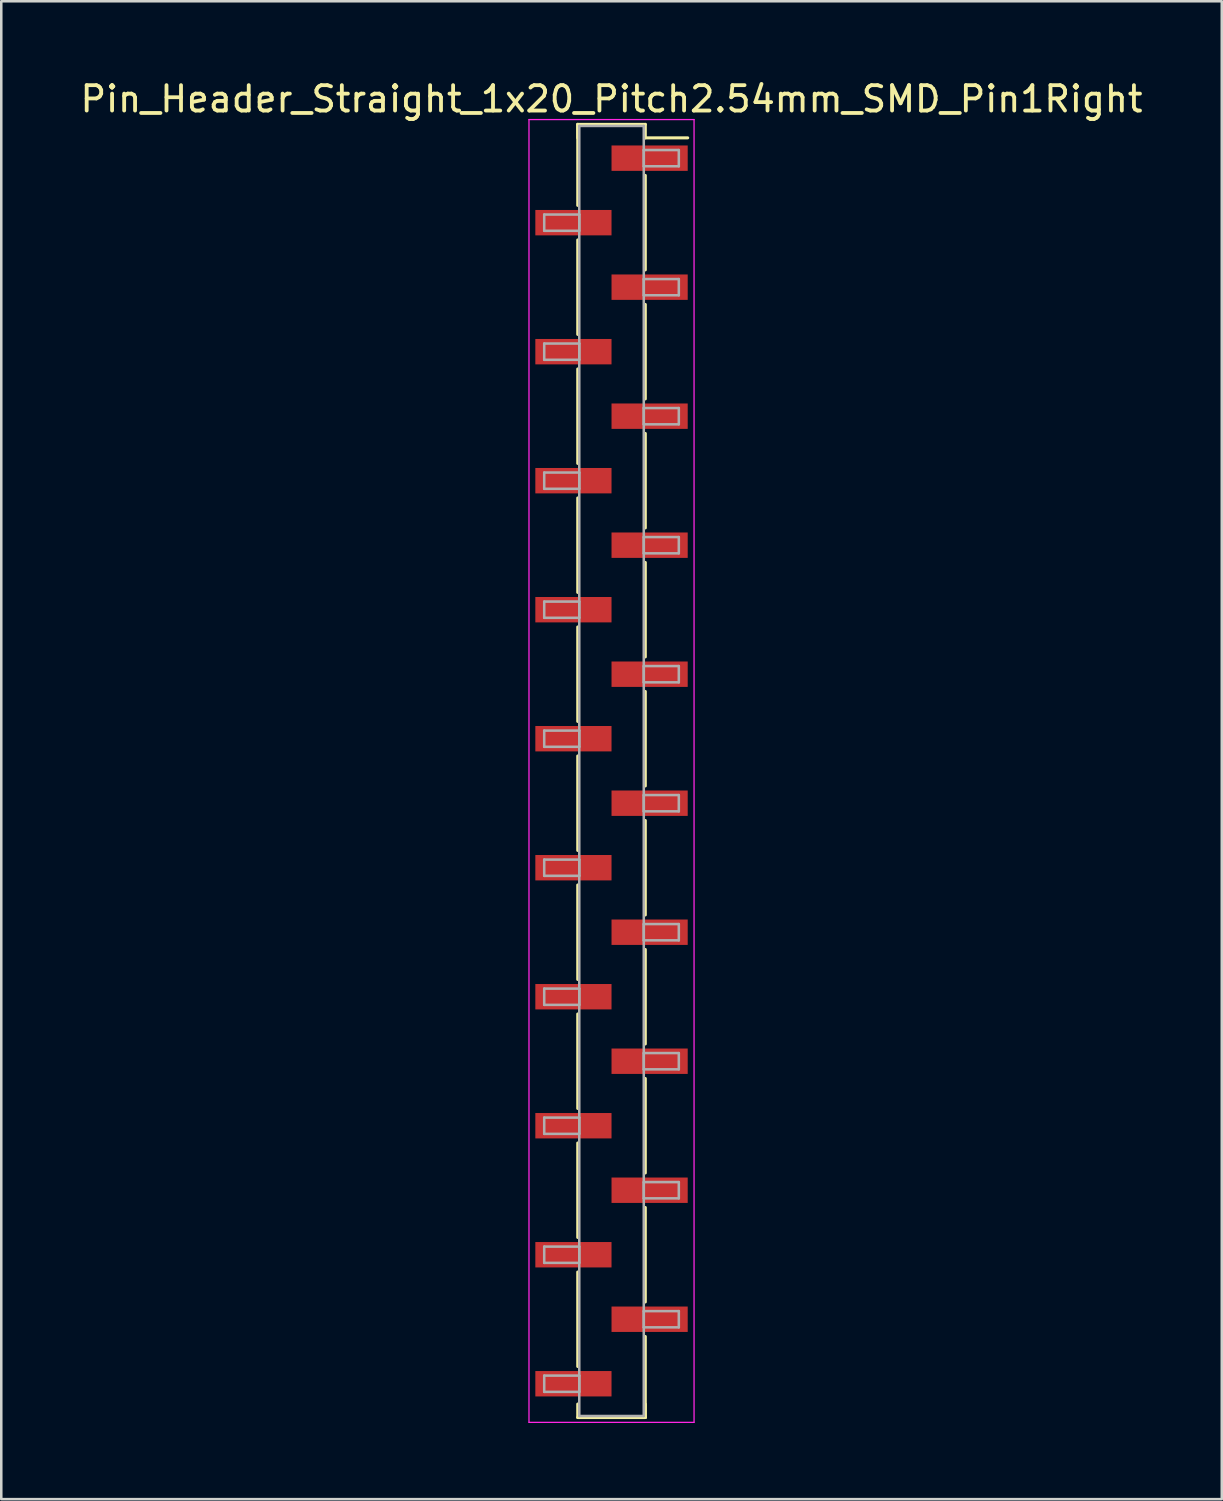
<source format=kicad_pcb>
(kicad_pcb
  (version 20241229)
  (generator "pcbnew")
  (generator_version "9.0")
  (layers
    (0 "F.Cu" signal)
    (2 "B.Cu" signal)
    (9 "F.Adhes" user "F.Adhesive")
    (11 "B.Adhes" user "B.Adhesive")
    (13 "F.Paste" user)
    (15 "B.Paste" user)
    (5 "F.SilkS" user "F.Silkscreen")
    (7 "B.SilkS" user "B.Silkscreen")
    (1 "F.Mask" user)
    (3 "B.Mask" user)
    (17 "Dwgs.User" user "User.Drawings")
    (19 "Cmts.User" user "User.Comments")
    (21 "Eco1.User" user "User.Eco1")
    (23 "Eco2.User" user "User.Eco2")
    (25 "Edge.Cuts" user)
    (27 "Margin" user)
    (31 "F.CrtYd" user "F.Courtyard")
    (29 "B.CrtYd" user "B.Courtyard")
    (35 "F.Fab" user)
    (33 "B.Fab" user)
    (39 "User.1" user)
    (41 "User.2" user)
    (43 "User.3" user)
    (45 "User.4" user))
  (footprint "Pin_Header_Straight_1x20_Pitch2.54mm_SMD_Pin1Right"
    (layer "F.Cu")
    (at 21.03 27.308)
    (property "Reference" "Pin_Header_Straight_1x20_Pitch2.54mm_SMD_Pin1Right" (at 0 -26.46 0) (layer "F.SilkS") (effects (font (size 1 1) (thickness 0.15))))
    (attr smd)
    (fp_line (start -1.33 -25.46) (end -1.33 -22.27) (stroke (width 0.12) (type solid)) (layer "F.SilkS"))
    (fp_line (start -1.33 -25.46) (end 1.33 -25.46) (stroke (width 0.12) (type solid)) (layer "F.SilkS"))
    (fp_line (start -1.33 -24.93) (end -1.33 -25.46) (stroke (width 0.12) (type solid)) (layer "F.SilkS"))
    (fp_line (start -1.33 -20.91) (end -1.33 -17.19) (stroke (width 0.12) (type solid)) (layer "F.SilkS"))
    (fp_line (start -1.33 -15.83) (end -1.33 -12.11) (stroke (width 0.12) (type solid)) (layer "F.SilkS"))
    (fp_line (start -1.33 -10.75) (end -1.33 -7.03) (stroke (width 0.12) (type solid)) (layer "F.SilkS"))
    (fp_line (start -1.33 -5.67) (end -1.33 -1.95) (stroke (width 0.12) (type solid)) (layer "F.SilkS"))
    (fp_line (start -1.33 -0.59) (end -1.33 3.13) (stroke (width 0.12) (type solid)) (layer "F.SilkS"))
    (fp_line (start -1.33 4.49) (end -1.33 8.21) (stroke (width 0.12) (type solid)) (layer "F.SilkS"))
    (fp_line (start -1.33 9.57) (end -1.33 13.29) (stroke (width 0.12) (type solid)) (layer "F.SilkS"))
    (fp_line (start -1.33 14.65) (end -1.33 18.37) (stroke (width 0.12) (type solid)) (layer "F.SilkS"))
    (fp_line (start -1.33 19.73) (end -1.33 23.45) (stroke (width 0.12) (type solid)) (layer "F.SilkS"))
    (fp_line (start -1.33 24.93) (end -1.33 25.46) (stroke (width 0.12) (type solid)) (layer "F.SilkS"))
    (fp_line (start -1.33 25.46) (end 1.33 25.46) (stroke (width 0.12) (type solid)) (layer "F.SilkS"))
    (fp_line (start 1.33 -25.46) (end 1.33 -24.93) (stroke (width 0.12) (type solid)) (layer "F.SilkS"))
    (fp_line (start 1.33 -24.93) (end 3 -24.93) (stroke (width 0.12) (type solid)) (layer "F.SilkS"))
    (fp_line (start 1.33 -23.45) (end 1.33 -19.73) (stroke (width 0.12) (type solid)) (layer "F.SilkS"))
    (fp_line (start 1.33 -18.37) (end 1.33 -14.65) (stroke (width 0.12) (type solid)) (layer "F.SilkS"))
    (fp_line (start 1.33 -13.29) (end 1.33 -9.57) (stroke (width 0.12) (type solid)) (layer "F.SilkS"))
    (fp_line (start 1.33 -8.21) (end 1.33 -4.49) (stroke (width 0.12) (type solid)) (layer "F.SilkS"))
    (fp_line (start 1.33 -3.13) (end 1.33 0.59) (stroke (width 0.12) (type solid)) (layer "F.SilkS"))
    (fp_line (start 1.33 1.95) (end 1.33 5.67) (stroke (width 0.12) (type solid)) (layer "F.SilkS"))
    (fp_line (start 1.33 7.03) (end 1.33 10.75) (stroke (width 0.12) (type solid)) (layer "F.SilkS"))
    (fp_line (start 1.33 12.11) (end 1.33 15.83) (stroke (width 0.12) (type solid)) (layer "F.SilkS"))
    (fp_line (start 1.33 17.19) (end 1.33 20.91) (stroke (width 0.12) (type solid)) (layer "F.SilkS"))
    (fp_line (start 1.33 22.27) (end 1.33 25.46) (stroke (width 0.12) (type solid)) (layer "F.SilkS"))
    (fp_line (start 1.33 25.46) (end 1.33 24.93) (stroke (width 0.12) (type solid)) (layer "F.SilkS"))
    (fp_line (start -3.25 -25.65) (end -3.25 25.65) (stroke (width 0.05) (type solid)) (layer "F.CrtYd"))
    (fp_line (start -3.25 25.65) (end 3.25 25.65) (stroke (width 0.05) (type solid)) (layer "F.CrtYd"))
    (fp_line (start 3.25 -25.65) (end -3.25 -25.65) (stroke (width 0.05) (type solid)) (layer "F.CrtYd"))
    (fp_line (start 3.25 25.65) (end 3.25 -25.65) (stroke (width 0.05) (type solid)) (layer "F.CrtYd"))
    (fp_line (start -2.65 -21.91) (end -1.27 -21.91) (stroke (width 0.1) (type solid)) (layer "F.Fab"))
    (fp_line (start -2.65 -21.27) (end -2.65 -21.91) (stroke (width 0.1) (type solid)) (layer "F.Fab"))
    (fp_line (start -2.65 -16.83) (end -1.27 -16.83) (stroke (width 0.1) (type solid)) (layer "F.Fab"))
    (fp_line (start -2.65 -16.19) (end -2.65 -16.83) (stroke (width 0.1) (type solid)) (layer "F.Fab"))
    (fp_line (start -2.65 -11.75) (end -1.27 -11.75) (stroke (width 0.1) (type solid)) (layer "F.Fab"))
    (fp_line (start -2.65 -11.11) (end -2.65 -11.75) (stroke (width 0.1) (type solid)) (layer "F.Fab"))
    (fp_line (start -2.65 -6.67) (end -1.27 -6.67) (stroke (width 0.1) (type solid)) (layer "F.Fab"))
    (fp_line (start -2.65 -6.03) (end -2.65 -6.67) (stroke (width 0.1) (type solid)) (layer "F.Fab"))
    (fp_line (start -2.65 -1.59) (end -1.27 -1.59) (stroke (width 0.1) (type solid)) (layer "F.Fab"))
    (fp_line (start -2.65 -0.95) (end -2.65 -1.59) (stroke (width 0.1) (type solid)) (layer "F.Fab"))
    (fp_line (start -2.65 3.49) (end -1.27 3.49) (stroke (width 0.1) (type solid)) (layer "F.Fab"))
    (fp_line (start -2.65 4.13) (end -2.65 3.49) (stroke (width 0.1) (type solid)) (layer "F.Fab"))
    (fp_line (start -2.65 8.57) (end -1.27 8.57) (stroke (width 0.1) (type solid)) (layer "F.Fab"))
    (fp_line (start -2.65 9.21) (end -2.65 8.57) (stroke (width 0.1) (type solid)) (layer "F.Fab"))
    (fp_line (start -2.65 13.65) (end -1.27 13.65) (stroke (width 0.1) (type solid)) (layer "F.Fab"))
    (fp_line (start -2.65 14.29) (end -2.65 13.65) (stroke (width 0.1) (type solid)) (layer "F.Fab"))
    (fp_line (start -2.65 18.73) (end -1.27 18.73) (stroke (width 0.1) (type solid)) (layer "F.Fab"))
    (fp_line (start -2.65 19.37) (end -2.65 18.73) (stroke (width 0.1) (type solid)) (layer "F.Fab"))
    (fp_line (start -2.65 23.81) (end -1.27 23.81) (stroke (width 0.1) (type solid)) (layer "F.Fab"))
    (fp_line (start -2.65 24.45) (end -2.65 23.81) (stroke (width 0.1) (type solid)) (layer "F.Fab"))
    (fp_line (start -1.27 -25.4) (end -1.27 25.4) (stroke (width 0.1) (type solid)) (layer "F.Fab"))
    (fp_line (start -1.27 -21.91) (end -1.27 -21.27) (stroke (width 0.1) (type solid)) (layer "F.Fab"))
    (fp_line (start -1.27 -21.27) (end -2.65 -21.27) (stroke (width 0.1) (type solid)) (layer "F.Fab"))
    (fp_line (start -1.27 -16.83) (end -1.27 -16.19) (stroke (width 0.1) (type solid)) (layer "F.Fab"))
    (fp_line (start -1.27 -16.19) (end -2.65 -16.19) (stroke (width 0.1) (type solid)) (layer "F.Fab"))
    (fp_line (start -1.27 -11.75) (end -1.27 -11.11) (stroke (width 0.1) (type solid)) (layer "F.Fab"))
    (fp_line (start -1.27 -11.11) (end -2.65 -11.11) (stroke (width 0.1) (type solid)) (layer "F.Fab"))
    (fp_line (start -1.27 -6.67) (end -1.27 -6.03) (stroke (width 0.1) (type solid)) (layer "F.Fab"))
    (fp_line (start -1.27 -6.03) (end -2.65 -6.03) (stroke (width 0.1) (type solid)) (layer "F.Fab"))
    (fp_line (start -1.27 -1.59) (end -1.27 -0.95) (stroke (width 0.1) (type solid)) (layer "F.Fab"))
    (fp_line (start -1.27 -0.95) (end -2.65 -0.95) (stroke (width 0.1) (type solid)) (layer "F.Fab"))
    (fp_line (start -1.27 3.49) (end -1.27 4.13) (stroke (width 0.1) (type solid)) (layer "F.Fab"))
    (fp_line (start -1.27 4.13) (end -2.65 4.13) (stroke (width 0.1) (type solid)) (layer "F.Fab"))
    (fp_line (start -1.27 8.57) (end -1.27 9.21) (stroke (width 0.1) (type solid)) (layer "F.Fab"))
    (fp_line (start -1.27 9.21) (end -2.65 9.21) (stroke (width 0.1) (type solid)) (layer "F.Fab"))
    (fp_line (start -1.27 13.65) (end -1.27 14.29) (stroke (width 0.1) (type solid)) (layer "F.Fab"))
    (fp_line (start -1.27 14.29) (end -2.65 14.29) (stroke (width 0.1) (type solid)) (layer "F.Fab"))
    (fp_line (start -1.27 18.73) (end -1.27 19.37) (stroke (width 0.1) (type solid)) (layer "F.Fab"))
    (fp_line (start -1.27 19.37) (end -2.65 19.37) (stroke (width 0.1) (type solid)) (layer "F.Fab"))
    (fp_line (start -1.27 23.81) (end -1.27 24.45) (stroke (width 0.1) (type solid)) (layer "F.Fab"))
    (fp_line (start -1.27 24.45) (end -2.65 24.45) (stroke (width 0.1) (type solid)) (layer "F.Fab"))
    (fp_line (start -1.27 25.4) (end 1.27 25.4) (stroke (width 0.1) (type solid)) (layer "F.Fab"))
    (fp_line (start 1.27 -25.4) (end -1.27 -25.4) (stroke (width 0.1) (type solid)) (layer "F.Fab"))
    (fp_line (start 1.27 -24.45) (end 1.27 -23.81) (stroke (width 0.1) (type solid)) (layer "F.Fab"))
    (fp_line (start 1.27 -23.81) (end 2.65 -23.81) (stroke (width 0.1) (type solid)) (layer "F.Fab"))
    (fp_line (start 1.27 -19.37) (end 1.27 -18.73) (stroke (width 0.1) (type solid)) (layer "F.Fab"))
    (fp_line (start 1.27 -18.73) (end 2.65 -18.73) (stroke (width 0.1) (type solid)) (layer "F.Fab"))
    (fp_line (start 1.27 -14.29) (end 1.27 -13.65) (stroke (width 0.1) (type solid)) (layer "F.Fab"))
    (fp_line (start 1.27 -13.65) (end 2.65 -13.65) (stroke (width 0.1) (type solid)) (layer "F.Fab"))
    (fp_line (start 1.27 -9.21) (end 1.27 -8.57) (stroke (width 0.1) (type solid)) (layer "F.Fab"))
    (fp_line (start 1.27 -8.57) (end 2.65 -8.57) (stroke (width 0.1) (type solid)) (layer "F.Fab"))
    (fp_line (start 1.27 -4.13) (end 1.27 -3.49) (stroke (width 0.1) (type solid)) (layer "F.Fab"))
    (fp_line (start 1.27 -3.49) (end 2.65 -3.49) (stroke (width 0.1) (type solid)) (layer "F.Fab"))
    (fp_line (start 1.27 0.95) (end 1.27 1.59) (stroke (width 0.1) (type solid)) (layer "F.Fab"))
    (fp_line (start 1.27 1.59) (end 2.65 1.59) (stroke (width 0.1) (type solid)) (layer "F.Fab"))
    (fp_line (start 1.27 6.03) (end 1.27 6.67) (stroke (width 0.1) (type solid)) (layer "F.Fab"))
    (fp_line (start 1.27 6.67) (end 2.65 6.67) (stroke (width 0.1) (type solid)) (layer "F.Fab"))
    (fp_line (start 1.27 11.11) (end 1.27 11.75) (stroke (width 0.1) (type solid)) (layer "F.Fab"))
    (fp_line (start 1.27 11.75) (end 2.65 11.75) (stroke (width 0.1) (type solid)) (layer "F.Fab"))
    (fp_line (start 1.27 16.19) (end 1.27 16.83) (stroke (width 0.1) (type solid)) (layer "F.Fab"))
    (fp_line (start 1.27 16.83) (end 2.65 16.83) (stroke (width 0.1) (type solid)) (layer "F.Fab"))
    (fp_line (start 1.27 21.27) (end 1.27 21.91) (stroke (width 0.1) (type solid)) (layer "F.Fab"))
    (fp_line (start 1.27 21.91) (end 2.65 21.91) (stroke (width 0.1) (type solid)) (layer "F.Fab"))
    (fp_line (start 1.27 25.4) (end 1.27 -25.4) (stroke (width 0.1) (type solid)) (layer "F.Fab"))
    (fp_line (start 2.65 -24.45) (end 1.27 -24.45) (stroke (width 0.1) (type solid)) (layer "F.Fab"))
    (fp_line (start 2.65 -23.81) (end 2.65 -24.45) (stroke (width 0.1) (type solid)) (layer "F.Fab"))
    (fp_line (start 2.65 -19.37) (end 1.27 -19.37) (stroke (width 0.1) (type solid)) (layer "F.Fab"))
    (fp_line (start 2.65 -18.73) (end 2.65 -19.37) (stroke (width 0.1) (type solid)) (layer "F.Fab"))
    (fp_line (start 2.65 -14.29) (end 1.27 -14.29) (stroke (width 0.1) (type solid)) (layer "F.Fab"))
    (fp_line (start 2.65 -13.65) (end 2.65 -14.29) (stroke (width 0.1) (type solid)) (layer "F.Fab"))
    (fp_line (start 2.65 -9.21) (end 1.27 -9.21) (stroke (width 0.1) (type solid)) (layer "F.Fab"))
    (fp_line (start 2.65 -8.57) (end 2.65 -9.21) (stroke (width 0.1) (type solid)) (layer "F.Fab"))
    (fp_line (start 2.65 -4.13) (end 1.27 -4.13) (stroke (width 0.1) (type solid)) (layer "F.Fab"))
    (fp_line (start 2.65 -3.49) (end 2.65 -4.13) (stroke (width 0.1) (type solid)) (layer "F.Fab"))
    (fp_line (start 2.65 0.95) (end 1.27 0.95) (stroke (width 0.1) (type solid)) (layer "F.Fab"))
    (fp_line (start 2.65 1.59) (end 2.65 0.95) (stroke (width 0.1) (type solid)) (layer "F.Fab"))
    (fp_line (start 2.65 6.03) (end 1.27 6.03) (stroke (width 0.1) (type solid)) (layer "F.Fab"))
    (fp_line (start 2.65 6.67) (end 2.65 6.03) (stroke (width 0.1) (type solid)) (layer "F.Fab"))
    (fp_line (start 2.65 11.11) (end 1.27 11.11) (stroke (width 0.1) (type solid)) (layer "F.Fab"))
    (fp_line (start 2.65 11.75) (end 2.65 11.11) (stroke (width 0.1) (type solid)) (layer "F.Fab"))
    (fp_line (start 2.65 16.19) (end 1.27 16.19) (stroke (width 0.1) (type solid)) (layer "F.Fab"))
    (fp_line (start 2.65 16.83) (end 2.65 16.19) (stroke (width 0.1) (type solid)) (layer "F.Fab"))
    (fp_line (start 2.65 21.27) (end 1.27 21.27) (stroke (width 0.1) (type solid)) (layer "F.Fab"))
    (fp_line (start 2.65 21.91) (end 2.65 21.27) (stroke (width 0.1) (type solid)) (layer "F.Fab"))
    (pad "1" smd rect (at 1.5 -24.13) (size 3 1) (layers "F.Cu" "F.Mask"))
    (pad "2" smd rect (at -1.5 -21.59) (size 3 1) (layers "F.Cu" "F.Mask"))
    (pad "3" smd rect (at 1.5 -19.05) (size 3 1) (layers "F.Cu" "F.Mask"))
    (pad "4" smd rect (at -1.5 -16.51) (size 3 1) (layers "F.Cu" "F.Mask"))
    (pad "5" smd rect (at 1.5 -13.97) (size 3 1) (layers "F.Cu" "F.Mask"))
    (pad "6" smd rect (at -1.5 -11.43) (size 3 1) (layers "F.Cu" "F.Mask"))
    (pad "7" smd rect (at 1.5 -8.89) (size 3 1) (layers "F.Cu" "F.Mask"))
    (pad "8" smd rect (at -1.5 -6.35) (size 3 1) (layers "F.Cu" "F.Mask"))
    (pad "9" smd rect (at 1.5 -3.81) (size 3 1) (layers "F.Cu" "F.Mask"))
    (pad "10" smd rect (at -1.5 -1.27) (size 3 1) (layers "F.Cu" "F.Mask"))
    (pad "11" smd rect (at 1.5 1.27) (size 3 1) (layers "F.Cu" "F.Mask"))
    (pad "12" smd rect (at -1.5 3.81) (size 3 1) (layers "F.Cu" "F.Mask"))
    (pad "13" smd rect (at 1.5 6.35) (size 3 1) (layers "F.Cu" "F.Mask"))
    (pad "14" smd rect (at -1.5 8.89) (size 3 1) (layers "F.Cu" "F.Mask"))
    (pad "15" smd rect (at 1.5 11.43) (size 3 1) (layers "F.Cu" "F.Mask"))
    (pad "16" smd rect (at -1.5 13.97) (size 3 1) (layers "F.Cu" "F.Mask"))
    (pad "17" smd rect (at 1.5 16.51) (size 3 1) (layers "F.Cu" "F.Mask"))
    (pad "18" smd rect (at -1.5 19.05) (size 3 1) (layers "F.Cu" "F.Mask"))
    (pad "19" smd rect (at 1.5 21.59) (size 3 1) (layers "F.Cu" "F.Mask"))
    (pad "20" smd rect (at -1.5 24.13) (size 3 1) (layers "F.Cu" "F.Mask")))
  (gr_rect
    (start -3 -3)
    (end 45.06 55.983)
    (stroke (width 0.1) (type default))
    (fill no)
    (layer "Edge.Cuts")))
</source>
